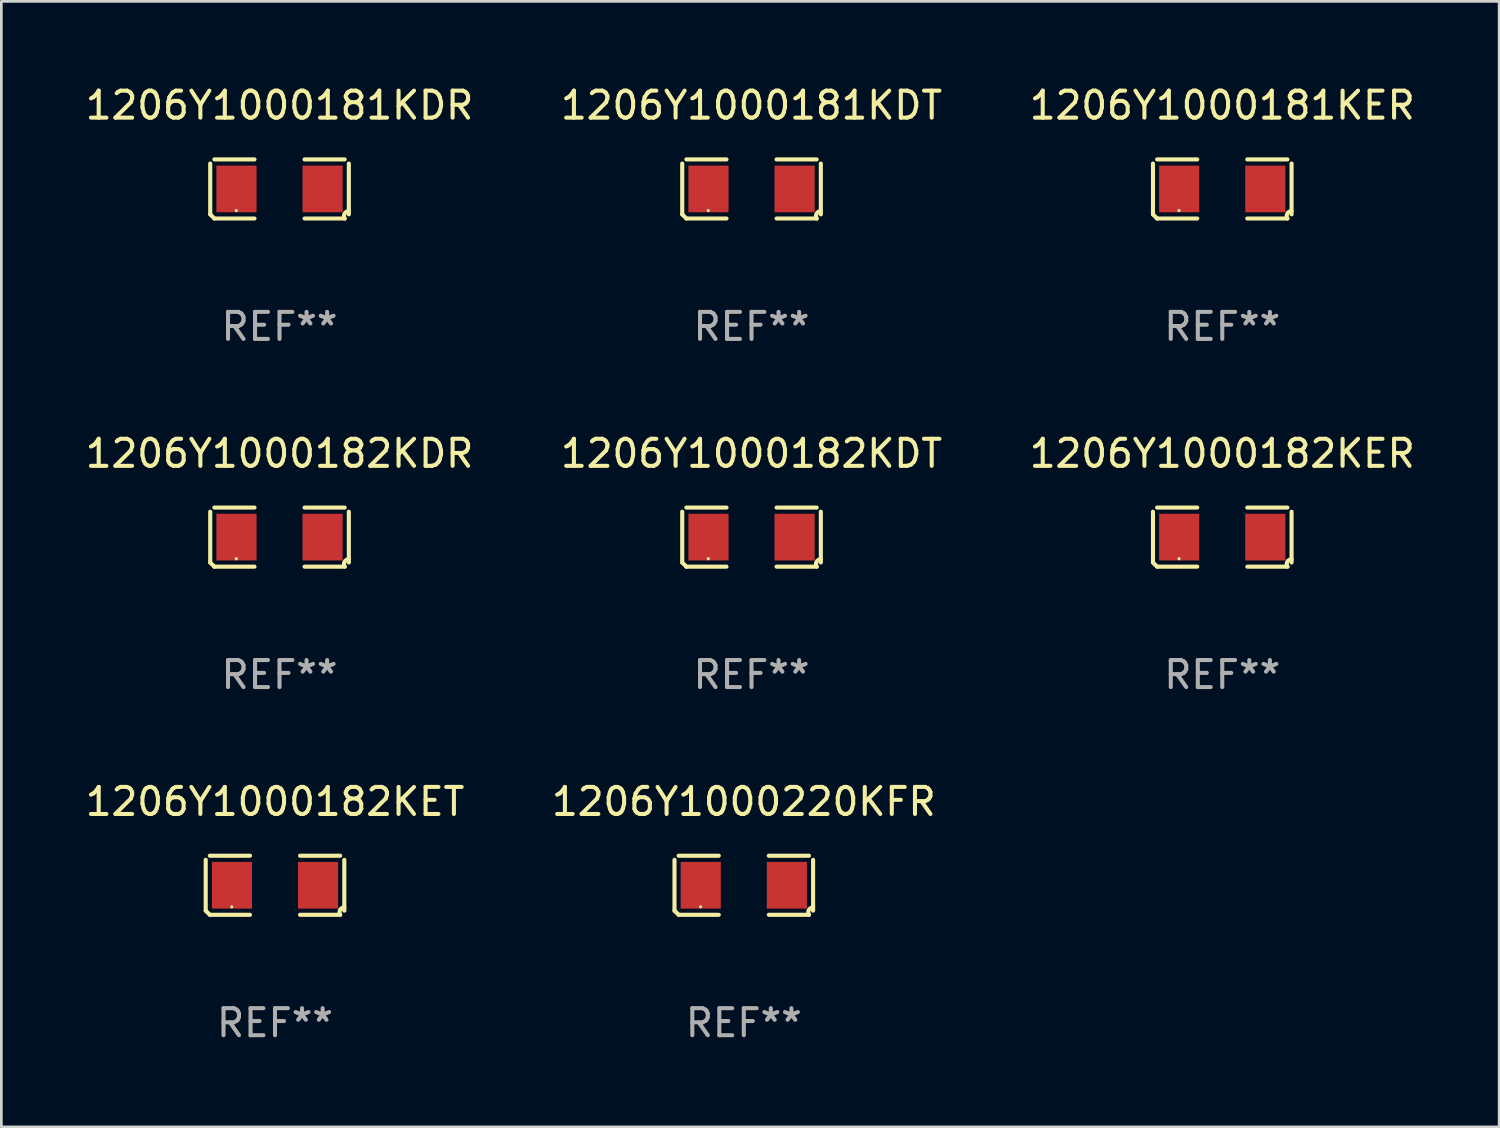
<source format=kicad_pcb>
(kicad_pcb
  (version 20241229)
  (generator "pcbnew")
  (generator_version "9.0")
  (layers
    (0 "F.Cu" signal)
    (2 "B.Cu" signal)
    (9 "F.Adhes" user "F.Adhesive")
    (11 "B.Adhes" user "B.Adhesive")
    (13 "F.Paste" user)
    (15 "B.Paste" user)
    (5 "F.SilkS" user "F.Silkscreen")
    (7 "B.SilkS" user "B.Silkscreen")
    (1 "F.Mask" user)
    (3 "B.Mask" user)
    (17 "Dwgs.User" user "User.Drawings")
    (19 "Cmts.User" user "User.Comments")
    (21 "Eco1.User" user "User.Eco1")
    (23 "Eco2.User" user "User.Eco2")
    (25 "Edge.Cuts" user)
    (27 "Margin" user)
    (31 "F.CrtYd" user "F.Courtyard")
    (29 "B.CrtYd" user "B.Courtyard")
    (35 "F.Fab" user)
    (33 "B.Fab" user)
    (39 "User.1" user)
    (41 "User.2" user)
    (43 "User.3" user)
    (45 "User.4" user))
  (footprint "1206Y1000182KET"
    (layer "F.Cu")
    (at 7.125 29.704)
    (property "Reference" "1206Y1000182KET" (at 0 -3.093 0) (layer "F.SilkS") (effects (font (size 1 1) (thickness 0.15))))
    (attr through_hole)
    (fp_line (start -2.564 0.94) (end -2.564 -0.94) (stroke (width 0.152) (type solid)) (layer "F.SilkS"))
    (fp_line (start -2.411 -1.093) (end -0.926 -1.093) (stroke (width 0.152) (type solid)) (layer "F.SilkS"))
    (fp_line (start -0.926 1.093) (end -2.411 1.093) (stroke (width 0.152) (type solid)) (layer "F.SilkS"))
    (fp_line (start 0.926 1.093) (end 2.411 1.093) (stroke (width 0.152) (type solid)) (layer "F.SilkS"))
    (fp_line (start 2.411 -1.093) (end 0.926 -1.093) (stroke (width 0.152) (type solid)) (layer "F.SilkS"))
    (fp_line (start 2.564 0.94) (end 2.564 -0.94) (stroke (width 0.152) (type solid)) (layer "F.SilkS"))
    (fp_arc (start -2.411201 1.092609) (mid -2.487413 1.01642) (end -2.563602 0.940208) (stroke (width 0.1524) (type solid)) (layer "F.SilkS"))
    (fp_arc (start 2.411201 1.092609) (mid 2.407159 0.911226) (end 2.563602 0.819347) (stroke (width 0.1524) (type solid)) (layer "F.SilkS"))
    (fp_circle (center -1.6 0.8) (end -1.57 0.8) (stroke (width 0.06) (type solid)) (fill no) (layer "F.SilkS"))
    (fp_text user "REF**" (at 0 5.093 0) (layer "F.Fab") (effects (font (size 1 1) (thickness 0.15))))
    (pad "1" smd rect (at -1.593 0) (size 1.485 1.728) (layers "F.Cu" "F.Mask" "F.Paste"))
    (pad "2" smd rect (at 1.593 0) (size 1.485 1.728) (layers "F.Cu" "F.Mask" "F.Paste")))
  (footprint "1206Y1000182KDT"
    (layer "F.Cu")
    (at 24.756 16.823)
    (property "Reference" "1206Y1000182KDT" (at 0 -3.093 0) (layer "F.SilkS") (effects (font (size 1 1) (thickness 0.15))))
    (attr through_hole)
    (fp_line (start -2.564 0.94) (end -2.564 -0.94) (stroke (width 0.152) (type solid)) (layer "F.SilkS"))
    (fp_line (start -2.411 -1.093) (end -0.926 -1.093) (stroke (width 0.152) (type solid)) (layer "F.SilkS"))
    (fp_line (start -0.926 1.093) (end -2.411 1.093) (stroke (width 0.152) (type solid)) (layer "F.SilkS"))
    (fp_line (start 0.926 1.093) (end 2.411 1.093) (stroke (width 0.152) (type solid)) (layer "F.SilkS"))
    (fp_line (start 2.411 -1.093) (end 0.926 -1.093) (stroke (width 0.152) (type solid)) (layer "F.SilkS"))
    (fp_line (start 2.564 0.94) (end 2.564 -0.94) (stroke (width 0.152) (type solid)) (layer "F.SilkS"))
    (fp_arc (start -2.411201 1.092609) (mid -2.487413 1.01642) (end -2.563602 0.940208) (stroke (width 0.1524) (type solid)) (layer "F.SilkS"))
    (fp_arc (start 2.411201 1.092609) (mid 2.407159 0.911226) (end 2.563602 0.819347) (stroke (width 0.1524) (type solid)) (layer "F.SilkS"))
    (fp_circle (center -1.6 0.8) (end -1.57 0.8) (stroke (width 0.06) (type solid)) (fill no) (layer "F.SilkS"))
    (fp_text user "REF**" (at 0 5.093 0) (layer "F.Fab") (effects (font (size 1 1) (thickness 0.15))))
    (pad "1" smd rect (at -1.593 0) (size 1.485 1.728) (layers "F.Cu" "F.Mask" "F.Paste"))
    (pad "2" smd rect (at 1.593 0) (size 1.485 1.728) (layers "F.Cu" "F.Mask" "F.Paste")))
  (footprint "1206Y1000181KDR"
    (layer "F.Cu")
    (at 7.292 3.941)
    (property "Reference" "1206Y1000181KDR" (at 0 -3.093 0) (layer "F.SilkS") (effects (font (size 1 1) (thickness 0.15))))
    (attr through_hole)
    (fp_line (start -2.564 0.94) (end -2.564 -0.94) (stroke (width 0.152) (type solid)) (layer "F.SilkS"))
    (fp_line (start -2.411 -1.093) (end -0.926 -1.093) (stroke (width 0.152) (type solid)) (layer "F.SilkS"))
    (fp_line (start -0.926 1.093) (end -2.411 1.093) (stroke (width 0.152) (type solid)) (layer "F.SilkS"))
    (fp_line (start 0.926 1.093) (end 2.411 1.093) (stroke (width 0.152) (type solid)) (layer "F.SilkS"))
    (fp_line (start 2.411 -1.093) (end 0.926 -1.093) (stroke (width 0.152) (type solid)) (layer "F.SilkS"))
    (fp_line (start 2.564 0.94) (end 2.564 -0.94) (stroke (width 0.152) (type solid)) (layer "F.SilkS"))
    (fp_arc (start -2.411201 1.092609) (mid -2.487413 1.01642) (end -2.563602 0.940208) (stroke (width 0.1524) (type solid)) (layer "F.SilkS"))
    (fp_arc (start 2.411201 1.092609) (mid 2.407159 0.911226) (end 2.563602 0.819347) (stroke (width 0.1524) (type solid)) (layer "F.SilkS"))
    (fp_circle (center -1.6 0.8) (end -1.57 0.8) (stroke (width 0.06) (type solid)) (fill no) (layer "F.SilkS"))
    (fp_text user "REF**" (at 0 5.093 0) (layer "F.Fab") (effects (font (size 1 1) (thickness 0.15))))
    (pad "1" smd rect (at -1.593 0) (size 1.485 1.728) (layers "F.Cu" "F.Mask" "F.Paste"))
    (pad "2" smd rect (at 1.593 0) (size 1.485 1.728) (layers "F.Cu" "F.Mask" "F.Paste")))
  (footprint "1206Y1000182KDR"
    (layer "F.Cu")
    (at 7.292 16.823)
    (property "Reference" "1206Y1000182KDR" (at 0 -3.093 0) (layer "F.SilkS") (effects (font (size 1 1) (thickness 0.15))))
    (attr through_hole)
    (fp_line (start -2.564 0.94) (end -2.564 -0.94) (stroke (width 0.152) (type solid)) (layer "F.SilkS"))
    (fp_line (start -2.411 -1.093) (end -0.926 -1.093) (stroke (width 0.152) (type solid)) (layer "F.SilkS"))
    (fp_line (start -0.926 1.093) (end -2.411 1.093) (stroke (width 0.152) (type solid)) (layer "F.SilkS"))
    (fp_line (start 0.926 1.093) (end 2.411 1.093) (stroke (width 0.152) (type solid)) (layer "F.SilkS"))
    (fp_line (start 2.411 -1.093) (end 0.926 -1.093) (stroke (width 0.152) (type solid)) (layer "F.SilkS"))
    (fp_line (start 2.564 0.94) (end 2.564 -0.94) (stroke (width 0.152) (type solid)) (layer "F.SilkS"))
    (fp_arc (start -2.411201 1.092609) (mid -2.487413 1.01642) (end -2.563602 0.940208) (stroke (width 0.1524) (type solid)) (layer "F.SilkS"))
    (fp_arc (start 2.411201 1.092609) (mid 2.407159 0.911226) (end 2.563602 0.819347) (stroke (width 0.1524) (type solid)) (layer "F.SilkS"))
    (fp_circle (center -1.6 0.8) (end -1.57 0.8) (stroke (width 0.06) (type solid)) (fill no) (layer "F.SilkS"))
    (fp_text user "REF**" (at 0 5.093 0) (layer "F.Fab") (effects (font (size 1 1) (thickness 0.15))))
    (pad "1" smd rect (at -1.593 0) (size 1.485 1.728) (layers "F.Cu" "F.Mask" "F.Paste"))
    (pad "2" smd rect (at 1.593 0) (size 1.485 1.728) (layers "F.Cu" "F.Mask" "F.Paste")))
  (footprint "1206Y1000181KER"
    (layer "F.Cu")
    (at 42.173 3.941)
    (property "Reference" "1206Y1000181KER" (at 0 -3.093 0) (layer "F.SilkS") (effects (font (size 1 1) (thickness 0.15))))
    (attr through_hole)
    (fp_line (start -2.564 0.94) (end -2.564 -0.94) (stroke (width 0.152) (type solid)) (layer "F.SilkS"))
    (fp_line (start -2.411 -1.093) (end -0.926 -1.093) (stroke (width 0.152) (type solid)) (layer "F.SilkS"))
    (fp_line (start -0.926 1.093) (end -2.411 1.093) (stroke (width 0.152) (type solid)) (layer "F.SilkS"))
    (fp_line (start 0.926 1.093) (end 2.411 1.093) (stroke (width 0.152) (type solid)) (layer "F.SilkS"))
    (fp_line (start 2.411 -1.093) (end 0.926 -1.093) (stroke (width 0.152) (type solid)) (layer "F.SilkS"))
    (fp_line (start 2.564 0.94) (end 2.564 -0.94) (stroke (width 0.152) (type solid)) (layer "F.SilkS"))
    (fp_arc (start -2.411201 1.092609) (mid -2.487413 1.01642) (end -2.563602 0.940208) (stroke (width 0.1524) (type solid)) (layer "F.SilkS"))
    (fp_arc (start 2.411201 1.092609) (mid 2.407159 0.911226) (end 2.563602 0.819347) (stroke (width 0.1524) (type solid)) (layer "F.SilkS"))
    (fp_circle (center -1.6 0.8) (end -1.57 0.8) (stroke (width 0.06) (type solid)) (fill no) (layer "F.SilkS"))
    (fp_text user "REF**" (at 0 5.093 0) (layer "F.Fab") (effects (font (size 1 1) (thickness 0.15))))
    (pad "1" smd rect (at -1.593 0) (size 1.485 1.728) (layers "F.Cu" "F.Mask" "F.Paste"))
    (pad "2" smd rect (at 1.593 0) (size 1.485 1.728) (layers "F.Cu" "F.Mask" "F.Paste")))
  (footprint "1206Y1000220KFR"
    (layer "F.Cu")
    (at 24.47 29.704)
    (property "Reference" "1206Y1000220KFR" (at 0 -3.093 0) (layer "F.SilkS") (effects (font (size 1 1) (thickness 0.15))))
    (attr through_hole)
    (fp_line (start -2.564 0.94) (end -2.564 -0.94) (stroke (width 0.152) (type solid)) (layer "F.SilkS"))
    (fp_line (start -2.411 -1.093) (end -0.926 -1.093) (stroke (width 0.152) (type solid)) (layer "F.SilkS"))
    (fp_line (start -0.926 1.093) (end -2.411 1.093) (stroke (width 0.152) (type solid)) (layer "F.SilkS"))
    (fp_line (start 0.926 1.093) (end 2.411 1.093) (stroke (width 0.152) (type solid)) (layer "F.SilkS"))
    (fp_line (start 2.411 -1.093) (end 0.926 -1.093) (stroke (width 0.152) (type solid)) (layer "F.SilkS"))
    (fp_line (start 2.564 0.94) (end 2.564 -0.94) (stroke (width 0.152) (type solid)) (layer "F.SilkS"))
    (fp_arc (start -2.411201 1.092609) (mid -2.487413 1.01642) (end -2.563602 0.940208) (stroke (width 0.1524) (type solid)) (layer "F.SilkS"))
    (fp_arc (start 2.411201 1.092609) (mid 2.407159 0.911226) (end 2.563602 0.819347) (stroke (width 0.1524) (type solid)) (layer "F.SilkS"))
    (fp_circle (center -1.6 0.8) (end -1.57 0.8) (stroke (width 0.06) (type solid)) (fill no) (layer "F.SilkS"))
    (fp_text user "REF**" (at 0 5.093 0) (layer "F.Fab") (effects (font (size 1 1) (thickness 0.15))))
    (pad "1" smd rect (at -1.593 0) (size 1.485 1.728) (layers "F.Cu" "F.Mask" "F.Paste"))
    (pad "2" smd rect (at 1.593 0) (size 1.485 1.728) (layers "F.Cu" "F.Mask" "F.Paste")))
  (footprint "1206Y1000182KER"
    (layer "F.Cu")
    (at 42.173 16.823)
    (property "Reference" "1206Y1000182KER" (at 0 -3.093 0) (layer "F.SilkS") (effects (font (size 1 1) (thickness 0.15))))
    (attr through_hole)
    (fp_line (start -2.564 0.94) (end -2.564 -0.94) (stroke (width 0.152) (type solid)) (layer "F.SilkS"))
    (fp_line (start -2.411 -1.093) (end -0.926 -1.093) (stroke (width 0.152) (type solid)) (layer "F.SilkS"))
    (fp_line (start -0.926 1.093) (end -2.411 1.093) (stroke (width 0.152) (type solid)) (layer "F.SilkS"))
    (fp_line (start 0.926 1.093) (end 2.411 1.093) (stroke (width 0.152) (type solid)) (layer "F.SilkS"))
    (fp_line (start 2.411 -1.093) (end 0.926 -1.093) (stroke (width 0.152) (type solid)) (layer "F.SilkS"))
    (fp_line (start 2.564 0.94) (end 2.564 -0.94) (stroke (width 0.152) (type solid)) (layer "F.SilkS"))
    (fp_arc (start -2.411201 1.092609) (mid -2.487413 1.01642) (end -2.563602 0.940208) (stroke (width 0.1524) (type solid)) (layer "F.SilkS"))
    (fp_arc (start 2.411201 1.092609) (mid 2.407159 0.911226) (end 2.563602 0.819347) (stroke (width 0.1524) (type solid)) (layer "F.SilkS"))
    (fp_circle (center -1.6 0.8) (end -1.57 0.8) (stroke (width 0.06) (type solid)) (fill no) (layer "F.SilkS"))
    (fp_text user "REF**" (at 0 5.093 0) (layer "F.Fab") (effects (font (size 1 1) (thickness 0.15))))
    (pad "1" smd rect (at -1.593 0) (size 1.485 1.728) (layers "F.Cu" "F.Mask" "F.Paste"))
    (pad "2" smd rect (at 1.593 0) (size 1.485 1.728) (layers "F.Cu" "F.Mask" "F.Paste")))
  (footprint "1206Y1000181KDT"
    (layer "F.Cu")
    (at 24.756 3.941)
    (property "Reference" "1206Y1000181KDT" (at 0 -3.093 0) (layer "F.SilkS") (effects (font (size 1 1) (thickness 0.15))))
    (attr through_hole)
    (fp_line (start -2.564 0.94) (end -2.564 -0.94) (stroke (width 0.152) (type solid)) (layer "F.SilkS"))
    (fp_line (start -2.411 -1.093) (end -0.926 -1.093) (stroke (width 0.152) (type solid)) (layer "F.SilkS"))
    (fp_line (start -0.926 1.093) (end -2.411 1.093) (stroke (width 0.152) (type solid)) (layer "F.SilkS"))
    (fp_line (start 0.926 1.093) (end 2.411 1.093) (stroke (width 0.152) (type solid)) (layer "F.SilkS"))
    (fp_line (start 2.411 -1.093) (end 0.926 -1.093) (stroke (width 0.152) (type solid)) (layer "F.SilkS"))
    (fp_line (start 2.564 0.94) (end 2.564 -0.94) (stroke (width 0.152) (type solid)) (layer "F.SilkS"))
    (fp_arc (start -2.411201 1.092609) (mid -2.487413 1.01642) (end -2.563602 0.940208) (stroke (width 0.1524) (type solid)) (layer "F.SilkS"))
    (fp_arc (start 2.411201 1.092609) (mid 2.407159 0.911226) (end 2.563602 0.819347) (stroke (width 0.1524) (type solid)) (layer "F.SilkS"))
    (fp_circle (center -1.6 0.8) (end -1.57 0.8) (stroke (width 0.06) (type solid)) (fill no) (layer "F.SilkS"))
    (fp_text user "REF**" (at 0 5.093 0) (layer "F.Fab") (effects (font (size 1 1) (thickness 0.15))))
    (pad "1" smd rect (at -1.593 0) (size 1.485 1.728) (layers "F.Cu" "F.Mask" "F.Paste"))
    (pad "2" smd rect (at 1.593 0) (size 1.485 1.728) (layers "F.Cu" "F.Mask" "F.Paste")))
  (gr_rect
    (start -3 -3)
    (end 52.417 38.645)
    (stroke (width 0.1) (type default))
    (fill no)
    (layer "Edge.Cuts")))
</source>
